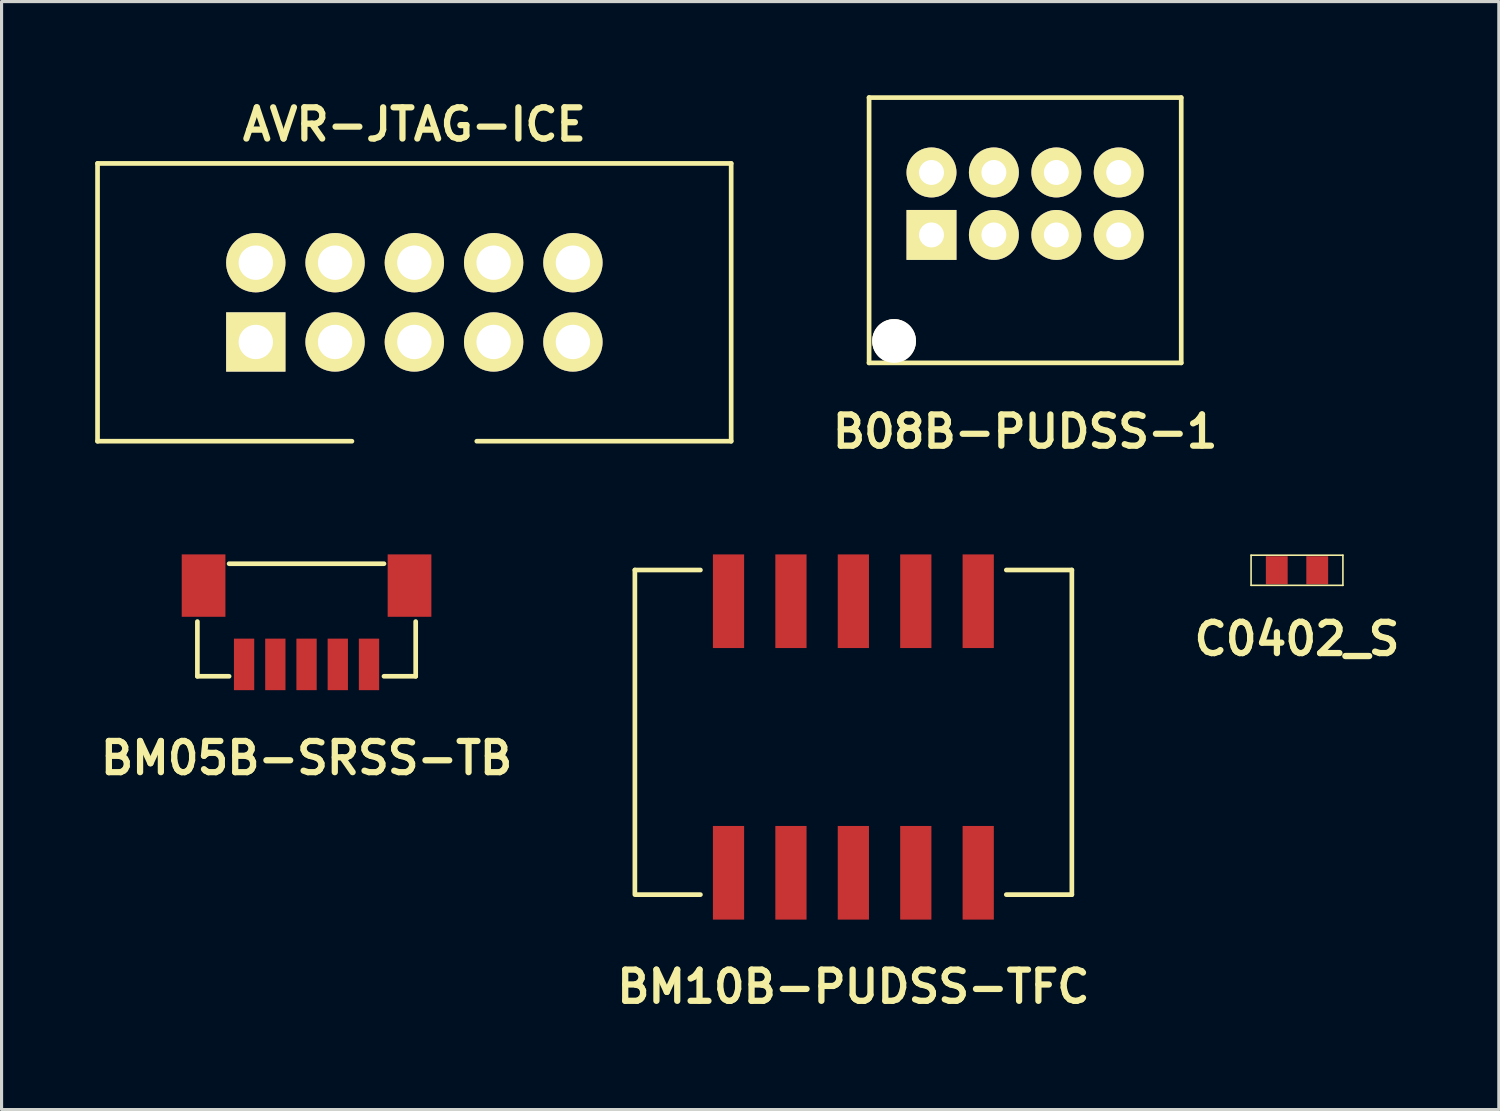
<source format=kicad_pcb>
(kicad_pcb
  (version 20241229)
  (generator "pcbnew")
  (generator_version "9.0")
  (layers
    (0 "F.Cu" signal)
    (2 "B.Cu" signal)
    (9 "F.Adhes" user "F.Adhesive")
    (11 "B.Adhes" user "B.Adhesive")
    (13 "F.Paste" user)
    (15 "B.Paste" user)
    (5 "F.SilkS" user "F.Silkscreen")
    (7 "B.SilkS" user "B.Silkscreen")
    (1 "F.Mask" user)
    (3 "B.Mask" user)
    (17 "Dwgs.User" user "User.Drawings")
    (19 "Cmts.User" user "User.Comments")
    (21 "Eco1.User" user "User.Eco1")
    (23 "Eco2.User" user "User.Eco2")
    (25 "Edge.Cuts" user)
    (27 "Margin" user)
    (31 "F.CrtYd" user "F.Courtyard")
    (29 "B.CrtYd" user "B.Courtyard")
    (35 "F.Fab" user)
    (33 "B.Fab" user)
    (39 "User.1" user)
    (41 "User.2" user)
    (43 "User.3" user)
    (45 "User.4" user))
  (footprint "B08B-PUDSS-1"
    (layer "F.Cu")
    (at 33.793 3.476)
    (property "Reference" "B08B-PUDSS-1" (at -4 7.3 0) (layer "F.SilkS") (effects (font (size 1 1) (thickness 0.2))))
    (attr through_hole)
    (fp_line (start -9.002 -3.399) (end 1.001 -3.399) (stroke (width 0.15) (type solid)) (layer "F.SilkS"))
    (fp_line (start -9.002 5.1) (end 1.001 5.1) (stroke (width 0.15) (type solid)) (layer "F.SilkS"))
    (fp_line (start -8.999 -3.401) (end -8.999 5.1) (stroke (width 0.15) (type solid)) (layer "F.SilkS"))
    (fp_line (start 1.001 -3.399) (end 1.001 5.1) (stroke (width 0.15) (type solid)) (layer "F.SilkS"))
    (pad "" thru_hole circle (at -8.199 4.399) (size 1.4 1.4) (drill 1.4) (layers "*.Cu" "*.Mask" "F.SilkS"))
    (pad "1" thru_hole rect (at -7 1.001) (size 1.6 1.6) (drill 0.8) (layers "*.Cu" "*.Mask" "F.SilkS"))
    (pad "2" thru_hole circle (at -7 -1.001) (size 1.6 1.6) (drill 0.8) (layers "*.Cu" "*.Mask" "F.SilkS"))
    (pad "3" thru_hole circle (at -5.001 1.001) (size 1.6 1.6) (drill 0.8) (layers "*.Cu" "*.Mask" "F.SilkS"))
    (pad "4" thru_hole circle (at -5.001 -1.001) (size 1.6 1.6) (drill 0.8) (layers "*.Cu" "*.Mask" "F.SilkS"))
    (pad "5" thru_hole circle (at -3 1.001) (size 1.6 1.6) (drill 0.8) (layers "*.Cu" "*.Mask" "F.SilkS"))
    (pad "6" thru_hole circle (at -3 -1.001) (size 1.6 1.6) (drill 0.8) (layers "*.Cu" "*.Mask" "F.SilkS"))
    (pad "7" thru_hole circle (at -1.001 1.001) (size 1.6 1.6) (drill 0.8) (layers "*.Cu" "*.Mask" "F.SilkS"))
    (pad "8" thru_hole circle (at -1.001 -1.001) (size 1.6 1.6) (drill 0.8) (layers "*.Cu" "*.Mask" "F.SilkS")))
  (footprint "BM10B-PUDSS-TFC"
    (layer "F.Cu")
    (at 24.29 20.562)
    (property "Reference" "BM10B-PUDSS-TFC" (at 0 8 0) (layer "F.SilkS") (effects (font (size 1 1) (thickness 0.2))))
    (attr through_hole)
    (fp_line (start -7 -5.35) (end -7 5) (stroke (width 0.15) (type solid)) (layer "F.SilkS"))
    (fp_line (start -4.9 -5.35) (end -7 -5.35) (stroke (width 0.15) (type solid)) (layer "F.SilkS"))
    (fp_line (start -4.9 5.05) (end -7 5.05) (stroke (width 0.15) (type solid)) (layer "F.SilkS"))
    (fp_line (start 4.9 -5.35) (end 7 -5.35) (stroke (width 0.15) (type solid)) (layer "F.SilkS"))
    (fp_line (start 4.9 5.05) (end 7 5.05) (stroke (width 0.15) (type solid)) (layer "F.SilkS"))
    (fp_line (start 7 -5.35) (end 7 5.05) (stroke (width 0.15) (type solid)) (layer "F.SilkS"))
    (pad "1" smd rect (at 4 4.35) (size 1 3) (layers "F.Cu" "F.Mask" "F.Paste"))
    (pad "2" smd rect (at 4 -4.35) (size 1 3) (layers "F.Cu" "F.Mask" "F.Paste"))
    (pad "3" smd rect (at 2 4.35) (size 1 3) (layers "F.Cu" "F.Mask" "F.Paste"))
    (pad "4" smd rect (at 2 -4.35) (size 1 3) (layers "F.Cu" "F.Mask" "F.Paste"))
    (pad "5" smd rect (at 0 4.35) (size 1 3) (layers "F.Cu" "F.Mask" "F.Paste"))
    (pad "6" smd rect (at 0 -4.35) (size 1 3) (layers "F.Cu" "F.Mask" "F.Paste"))
    (pad "7" smd rect (at -2 4.35) (size 1 3) (layers "F.Cu" "F.Mask" "F.Paste"))
    (pad "8" smd rect (at -2 -4.35) (size 1 3) (layers "F.Cu" "F.Mask" "F.Paste"))
    (pad "9" smd rect (at -4 4.35) (size 1 3) (layers "F.Cu" "F.Mask" "F.Paste"))
    (pad "10" smd rect (at -4 -4.35) (size 1 3) (layers "F.Cu" "F.Mask" "F.Paste")))
  (footprint "C0402_S"
    (layer "F.Cu")
    (at 38.503 15.22)
    (property "Reference" "C0402_S" (at 0 2.2 0) (layer "F.SilkS") (effects (font (size 1.001 1.001) (thickness 0.201))))
    (attr smd)
    (fp_line (start -1.471 -0.483) (end 1.471 -0.483) (stroke (width 0.051) (type solid)) (layer "F.SilkS"))
    (fp_line (start -1.471 0.483) (end -1.471 -0.483) (stroke (width 0.051) (type solid)) (layer "F.SilkS"))
    (fp_line (start 1.471 -0.483) (end 1.471 0.483) (stroke (width 0.051) (type solid)) (layer "F.SilkS"))
    (fp_line (start 1.471 0.483) (end -1.471 0.483) (stroke (width 0.051) (type solid)) (layer "F.SilkS"))
    (pad "1" smd rect (at -0.648 0) (size 0.699 0.899) (layers "F.Cu" "F.Mask" "F.Paste"))
    (pad "2" smd rect (at 0.648 0) (size 0.699 0.899) (layers "F.Cu" "F.Mask" "F.Paste")))
  (footprint "BM05B-SRSS-TB"
    (layer "F.Cu")
    (at 6.771 18.236)
    (property "Reference" "BM05B-SRSS-TB" (at 0 3 0) (layer "F.SilkS") (effects (font (size 1 1) (thickness 0.2))))
    (attr through_hole)
    (fp_line (start -3.497 0.381) (end -3.497 -1.372) (stroke (width 0.15) (type solid)) (layer "F.SilkS"))
    (fp_line (start -3.497 0.381) (end -2.481 0.381) (stroke (width 0.15) (type solid)) (layer "F.SilkS"))
    (fp_line (start -2.481 -3.226) (end 2.481 -3.226) (stroke (width 0.15) (type solid)) (layer "F.SilkS"))
    (fp_line (start 3.497 0.381) (end 2.481 0.381) (stroke (width 0.15) (type solid)) (layer "F.SilkS"))
    (fp_line (start 3.497 0.381) (end 3.497 -1.372) (stroke (width 0.15) (type solid)) (layer "F.SilkS"))
    (pad "" smd rect (at -3.299 -2.525) (size 1.4 1.999) (layers "F.Cu" "F.Mask" "F.Paste"))
    (pad "" smd rect (at 3.299 -2.525) (size 1.4 1.999) (layers "F.Cu" "F.Mask" "F.Paste"))
    (pad "1" smd rect (at -2.001 0) (size 0.65 1.651) (layers "F.Cu" "F.Mask" "F.Paste"))
    (pad "2" smd rect (at -1 0) (size 0.65 1.651) (layers "F.Cu" "F.Mask" "F.Paste"))
    (pad "3" smd rect (at 0.00038 0) (size 0.65 1.651) (layers "F.Cu" "F.Mask" "F.Paste"))
    (pad "4" smd rect (at 1.001 0) (size 0.65 1.651) (layers "F.Cu" "F.Mask" "F.Paste"))
    (pad "5" smd rect (at 2.001 0) (size 0.65 1.651) (layers "F.Cu" "F.Mask" "F.Paste")))
  (footprint "AVR-JTAG-ICE"
    (layer "F.Cu")
    (at 10.225 6.636)
    (property "Reference" "AVR-JTAG-ICE" (at 0 -5.7 0) (layer "F.SilkS") (effects (font (size 1 1) (thickness 0.2))))
    (attr through_hole)
    (fp_line (start -10.15 -4.45) (end -10.15 4.45) (stroke (width 0.15) (type solid)) (layer "F.SilkS"))
    (fp_line (start -10.15 4.45) (end -2 4.45) (stroke (width 0.15) (type solid)) (layer "F.SilkS"))
    (fp_line (start 10.15 -4.45) (end -10.15 -4.45) (stroke (width 0.15) (type solid)) (layer "F.SilkS"))
    (fp_line (start 10.15 -4.45) (end 10.15 4.45) (stroke (width 0.15) (type solid)) (layer "F.SilkS"))
    (fp_line (start 10.15 4.45) (end 2 4.45) (stroke (width 0.15) (type solid)) (layer "F.SilkS"))
    (pad "1" thru_hole rect (at -5.08 1.27) (size 1.9 1.9) (drill 1.1) (layers "*.Cu" "*.Mask" "F.SilkS"))
    (pad "2" thru_hole circle (at -5.08 -1.27) (size 1.9 1.9) (drill 1.1) (layers "*.Cu" "*.Mask" "F.SilkS"))
    (pad "3" thru_hole circle (at -2.54 1.27) (size 1.9 1.9) (drill 1.1) (layers "*.Cu" "*.Mask" "F.SilkS"))
    (pad "4" thru_hole circle (at -2.54 -1.27) (size 1.9 1.9) (drill 1.1) (layers "*.Cu" "*.Mask" "F.SilkS"))
    (pad "5" thru_hole circle (at 0 1.27) (size 1.9 1.9) (drill 1.1) (layers "*.Cu" "*.Mask" "F.SilkS"))
    (pad "6" thru_hole circle (at 0 -1.27) (size 1.9 1.9) (drill 1.1) (layers "*.Cu" "*.Mask" "F.SilkS"))
    (pad "7" thru_hole circle (at 2.54 1.27) (size 1.9 1.9) (drill 1.1) (layers "*.Cu" "*.Mask" "F.SilkS"))
    (pad "8" thru_hole circle (at 2.54 -1.27) (size 1.9 1.9) (drill 1.1) (layers "*.Cu" "*.Mask" "F.SilkS"))
    (pad "9" thru_hole circle (at 5.08 1.27) (size 1.9 1.9) (drill 1.1) (layers "*.Cu" "*.Mask" "F.SilkS"))
    (pad "10" thru_hole circle (at 5.08 -1.27) (size 1.9 1.9) (drill 1.1) (layers "*.Cu" "*.Mask" "F.SilkS")))
  (gr_rect
    (start -3 -3)
    (end 44.969 32.498)
    (stroke (width 0.1) (type default))
    (fill no)
    (layer "Edge.Cuts")))
</source>
